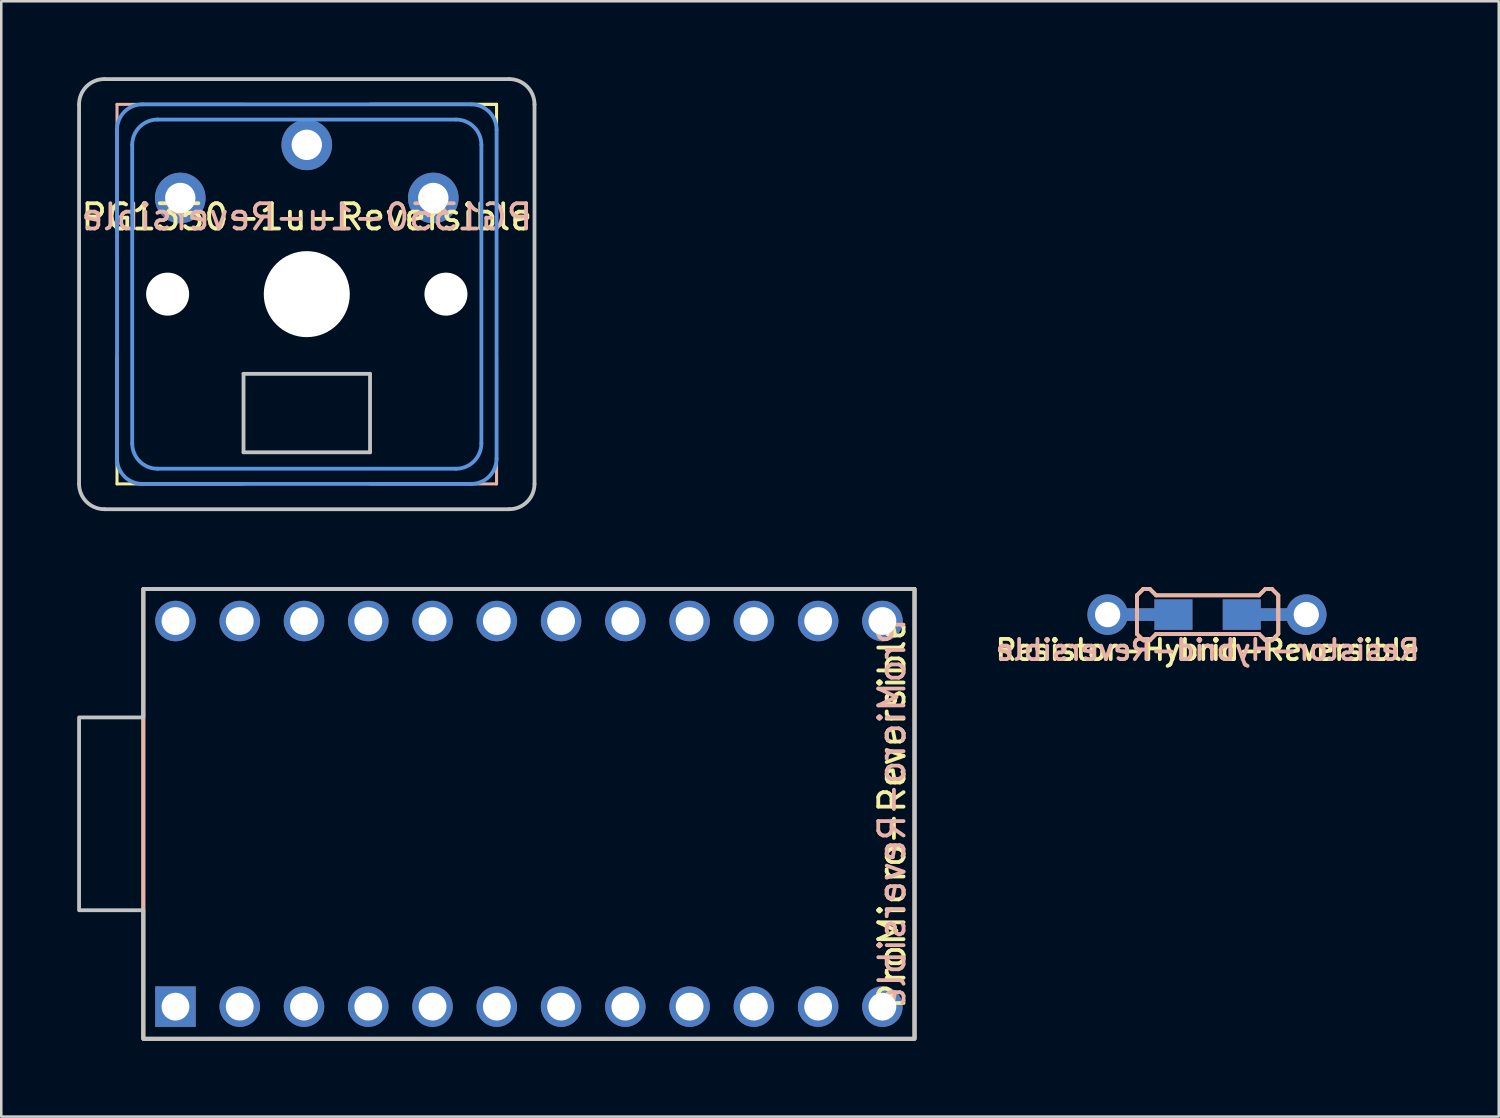
<source format=kicad_pcb>
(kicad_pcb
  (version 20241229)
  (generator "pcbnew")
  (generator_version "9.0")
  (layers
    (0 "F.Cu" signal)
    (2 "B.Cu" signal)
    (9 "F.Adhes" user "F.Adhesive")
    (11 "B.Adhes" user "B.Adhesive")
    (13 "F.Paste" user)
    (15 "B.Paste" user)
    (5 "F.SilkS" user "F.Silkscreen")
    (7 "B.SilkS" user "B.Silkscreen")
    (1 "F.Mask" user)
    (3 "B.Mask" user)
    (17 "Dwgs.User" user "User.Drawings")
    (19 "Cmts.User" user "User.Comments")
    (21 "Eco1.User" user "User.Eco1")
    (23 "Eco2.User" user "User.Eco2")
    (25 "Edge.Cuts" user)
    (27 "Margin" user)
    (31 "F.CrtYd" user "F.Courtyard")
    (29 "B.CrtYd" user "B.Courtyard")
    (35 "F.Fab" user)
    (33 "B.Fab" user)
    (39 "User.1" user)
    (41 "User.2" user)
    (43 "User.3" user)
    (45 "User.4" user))
  (footprint "PG1350-1u-Reversible"
    (layer "F.Cu")
    (at 9.075 8.575)
    (property "Reference" "PG1350-1u-Reversible" (at 0 -3.048 0) (layer "F.SilkS") (effects (font (size 1 1) (thickness 0.15))))
    (fp_line (start -7.5 2.5) (end -7.5 7.5) (stroke (width 0.12) (type solid)) (layer "F.SilkS"))
    (fp_line (start -2.5 7.5) (end -7.5 7.5) (stroke (width 0.12) (type solid)) (layer "F.SilkS"))
    (fp_line (start 2.5 -7.5) (end 7.5 -7.5) (stroke (width 0.12) (type solid)) (layer "F.SilkS"))
    (fp_line (start 7.5 -7.5) (end 2.5 -7.5) (stroke (width 0.12) (type solid)) (layer "F.SilkS"))
    (fp_line (start 7.5 -7.5) (end 7.5 -2.5) (stroke (width 0.12) (type solid)) (layer "F.SilkS"))
    (fp_line (start -7.5 -7.5) (end -7.5 -2.5) (stroke (width 0.12) (type solid)) (layer "B.SilkS"))
    (fp_line (start -7.5 -7.5) (end -2.5 -7.5) (stroke (width 0.12) (type solid)) (layer "B.SilkS"))
    (fp_line (start 2.5 7.5) (end 7.5 7.5) (stroke (width 0.12) (type solid)) (layer "B.SilkS"))
    (fp_line (start 7.5 7.5) (end 7.5 2.5) (stroke (width 0.12) (type solid)) (layer "B.SilkS"))
    (fp_line (start -9 7.5) (end -9 -7.5) (stroke (width 0.15) (type solid)) (layer "Dwgs.User"))
    (fp_line (start -8 -8.5) (end 8 -8.5) (stroke (width 0.15) (type solid)) (layer "Dwgs.User"))
    (fp_line (start -2.5 3.15) (end -2.5 6.25) (stroke (width 0.15) (type solid)) (layer "Dwgs.User"))
    (fp_line (start -2.5 6.25) (end 2.5 6.25) (stroke (width 0.15) (type solid)) (layer "Dwgs.User"))
    (fp_line (start 2.5 3.15) (end -2.5 3.15) (stroke (width 0.15) (type solid)) (layer "Dwgs.User"))
    (fp_line (start 2.5 6.25) (end 2.5 3.15) (stroke (width 0.15) (type solid)) (layer "Dwgs.User"))
    (fp_line (start 8 8.5) (end -8 8.5) (stroke (width 0.15) (type solid)) (layer "Dwgs.User"))
    (fp_line (start 9 -7.5) (end 9 7.5) (stroke (width 0.15) (type solid)) (layer "Dwgs.User"))
    (fp_arc (start -9 -7.5) (mid -8.707107 -8.207107) (end -8 -8.5) (stroke (width 0.15) (type solid)) (layer "Dwgs.User"))
    (fp_arc (start -8 8.5) (mid -8.707107 8.207107) (end -9 7.5) (stroke (width 0.15) (type solid)) (layer "Dwgs.User"))
    (fp_arc (start 8 -8.5) (mid 8.707107 -8.207107) (end 9 -7.5) (stroke (width 0.15) (type solid)) (layer "Dwgs.User"))
    (fp_arc (start 9 7.5) (mid 8.707107 8.207107) (end 8 8.5) (stroke (width 0.15) (type solid)) (layer "Dwgs.User"))
    (fp_line (start -7.5 6.5) (end -7.5 -6.5) (stroke (width 0.15) (type solid)) (layer "Cmts.User"))
    (fp_line (start -6.9 5.9) (end -6.9 -5.9) (stroke (width 0.15) (type solid)) (layer "Cmts.User"))
    (fp_line (start -6.5 -7.5) (end 6.5 -7.5) (stroke (width 0.15) (type solid)) (layer "Cmts.User"))
    (fp_line (start -5.9 -6.9) (end 5.9 -6.9) (stroke (width 0.15) (type solid)) (layer "Cmts.User"))
    (fp_line (start 5.9 6.9) (end -5.9 6.9) (stroke (width 0.15) (type solid)) (layer "Cmts.User"))
    (fp_line (start 6.5 7.5) (end -6.5 7.5) (stroke (width 0.15) (type solid)) (layer "Cmts.User"))
    (fp_line (start 6.9 -5.9) (end 6.9 5.9) (stroke (width 0.15) (type solid)) (layer "Cmts.User"))
    (fp_line (start 7.5 -6.5) (end 7.5 6.5) (stroke (width 0.15) (type solid)) (layer "Cmts.User"))
    (fp_arc (start -7.5 -6.5) (mid -7.207107 -7.207107) (end -6.5 -7.5) (stroke (width 0.15) (type solid)) (layer "Cmts.User"))
    (fp_arc (start -6.9 -5.9) (mid -6.607107 -6.607107) (end -5.9 -6.9) (stroke (width 0.15) (type solid)) (layer "Cmts.User"))
    (fp_arc (start -6.5 7.5) (mid -7.207107 7.207107) (end -7.5 6.5) (stroke (width 0.15) (type solid)) (layer "Cmts.User"))
    (fp_arc (start -5.9 6.9) (mid -6.607107 6.607107) (end -6.9 5.9) (stroke (width 0.15) (type solid)) (layer "Cmts.User"))
    (fp_arc (start 5.9 -6.9) (mid 6.607107 -6.607107) (end 6.9 -5.9) (stroke (width 0.15) (type solid)) (layer "Cmts.User"))
    (fp_arc (start 6.5 -7.5) (mid 7.207107 -7.207107) (end 7.5 -6.5) (stroke (width 0.15) (type solid)) (layer "Cmts.User"))
    (fp_arc (start 6.9 5.9) (mid 6.607107 6.607107) (end 5.9 6.9) (stroke (width 0.15) (type solid)) (layer "Cmts.User"))
    (fp_arc (start 7.5 6.5) (mid 7.207107 7.207107) (end 6.5 7.5) (stroke (width 0.15) (type solid)) (layer "Cmts.User"))
    (fp_text user "${REFERENCE}" (at 0 -3.048 0) (layer "B.SilkS") (effects (font (size 1 1) (thickness 0.15)) (justify mirror)))
    (pad "" np_thru_hole circle (at -5.5 0) (size 1.7 1.7) (drill 1.7) (layers "*.Cu" "*.Mask"))
    (pad "" np_thru_hole circle (at 0 0) (size 3.4 3.4) (drill 3.4) (layers "*.Cu" "*.Mask"))
    (pad "" np_thru_hole circle (at 5.5 0) (size 1.7 1.7) (drill 1.7) (layers "*.Cu" "*.Mask"))
    (pad "1" thru_hole circle (at 0 -5.9) (size 2 2) (drill 1.2) (layers "*.Cu" "*.Mask"))
    (pad "2" thru_hole circle (at -5 -3.8) (size 2 2) (drill 1.2) (layers "*.Cu" "*.Mask"))
    (pad "2" thru_hole circle (at 5 -3.8) (size 2 2) (drill 1.2) (layers "*.Cu" "*.Mask")))
  (footprint "Resistor-Hybrid-Reversible"
    (layer "F.Cu")
    (at 44.677 21.241)
    (property "Reference" "Resistor-Hybrid-Reversible" (at 0 1.397 0) (layer "F.SilkS") (effects (font (size 0.8 0.8) (thickness 0.15))))
    (attr through_hole)
    (fp_line (start -2.794 -0.762) (end -2.54 -1.016) (stroke (width 0.15) (type solid)) (layer "F.SilkS"))
    (fp_line (start -2.794 0.762) (end -2.794 -0.762) (stroke (width 0.15) (type solid)) (layer "F.SilkS"))
    (fp_line (start -2.54 -1.016) (end -2.286 -1.016) (stroke (width 0.15) (type solid)) (layer "F.SilkS"))
    (fp_line (start -2.54 1.016) (end -2.794 0.762) (stroke (width 0.15) (type solid)) (layer "F.SilkS"))
    (fp_line (start -2.286 -1.016) (end -2.032 -0.762) (stroke (width 0.15) (type solid)) (layer "F.SilkS"))
    (fp_line (start -2.286 1.016) (end -2.54 1.016) (stroke (width 0.15) (type solid)) (layer "F.SilkS"))
    (fp_line (start -2.032 -0.762) (end 2.032 -0.762) (stroke (width 0.15) (type solid)) (layer "F.SilkS"))
    (fp_line (start -2.032 0.762) (end -2.286 1.016) (stroke (width 0.15) (type solid)) (layer "F.SilkS"))
    (fp_line (start 2.032 -0.762) (end 2.286 -1.016) (stroke (width 0.15) (type solid)) (layer "F.SilkS"))
    (fp_line (start 2.032 0.762) (end -2.032 0.762) (stroke (width 0.15) (type solid)) (layer "F.SilkS"))
    (fp_line (start 2.286 -1.016) (end 2.54 -1.016) (stroke (width 0.15) (type solid)) (layer "F.SilkS"))
    (fp_line (start 2.286 1.016) (end 2.032 0.762) (stroke (width 0.15) (type solid)) (layer "F.SilkS"))
    (fp_line (start 2.54 -1.016) (end 2.794 -0.762) (stroke (width 0.15) (type solid)) (layer "F.SilkS"))
    (fp_line (start 2.54 1.016) (end 2.286 1.016) (stroke (width 0.15) (type solid)) (layer "F.SilkS"))
    (fp_line (start 2.794 -0.762) (end 2.794 0.762) (stroke (width 0.15) (type solid)) (layer "F.SilkS"))
    (fp_line (start 2.794 0.762) (end 2.54 1.016) (stroke (width 0.15) (type solid)) (layer "F.SilkS"))
    (fp_line (start -2.794 -0.762) (end -2.794 0.762) (stroke (width 0.15) (type solid)) (layer "B.SilkS"))
    (fp_line (start -2.794 0.762) (end -2.54 1.016) (stroke (width 0.15) (type solid)) (layer "B.SilkS"))
    (fp_line (start -2.54 -1.016) (end -2.794 -0.762) (stroke (width 0.15) (type solid)) (layer "B.SilkS"))
    (fp_line (start -2.54 1.016) (end -2.286 1.016) (stroke (width 0.15) (type solid)) (layer "B.SilkS"))
    (fp_line (start -2.286 -1.016) (end -2.54 -1.016) (stroke (width 0.15) (type solid)) (layer "B.SilkS"))
    (fp_line (start -2.286 1.016) (end -2.032 0.762) (stroke (width 0.15) (type solid)) (layer "B.SilkS"))
    (fp_line (start -2.032 -0.762) (end -2.286 -1.016) (stroke (width 0.15) (type solid)) (layer "B.SilkS"))
    (fp_line (start -2.032 0.762) (end 2.032 0.762) (stroke (width 0.15) (type solid)) (layer "B.SilkS"))
    (fp_line (start 2.032 -0.762) (end -2.032 -0.762) (stroke (width 0.15) (type solid)) (layer "B.SilkS"))
    (fp_line (start 2.032 0.762) (end 2.286 1.016) (stroke (width 0.15) (type solid)) (layer "B.SilkS"))
    (fp_line (start 2.286 -1.016) (end 2.032 -0.762) (stroke (width 0.15) (type solid)) (layer "B.SilkS"))
    (fp_line (start 2.286 1.016) (end 2.54 1.016) (stroke (width 0.15) (type solid)) (layer "B.SilkS"))
    (fp_line (start 2.54 -1.016) (end 2.286 -1.016) (stroke (width 0.15) (type solid)) (layer "B.SilkS"))
    (fp_line (start 2.54 1.016) (end 2.794 0.762) (stroke (width 0.15) (type solid)) (layer "B.SilkS"))
    (fp_line (start 2.794 -0.762) (end 2.54 -1.016) (stroke (width 0.15) (type solid)) (layer "B.SilkS"))
    (fp_line (start 2.794 0.762) (end 2.794 -0.762) (stroke (width 0.15) (type solid)) (layer "B.SilkS"))
    (fp_text user "${REFERENCE}" (at 0 1.397 0) (layer "B.SilkS") (effects (font (size 0.8 0.8) (thickness 0.15)) (justify mirror)))
    (pad "1" smd rect (at 1.35 0) (size 1.5 1.2) (layers "F.Cu" "F.Mask" "F.Paste"))
    (pad "1" smd rect (at 1.35 0) (size 1.5 1.2) (layers "B.Cu" "B.Mask" "B.Paste"))
    (pad "1" smd rect (at 2.5 0) (size 2.9 0.5) (layers "F.Cu"))
    (pad "1" smd rect (at 2.5 0) (size 2.9 0.5) (layers "B.Cu"))
    (pad "1" thru_hole circle (at 3.9 0) (size 1.6 1.6) (drill 1) (layers "*.Cu" "*.Mask"))
    (pad "2" thru_hole circle (at -3.95 0) (size 1.6 1.6) (drill 1) (layers "*.Cu" "*.Mask"))
    (pad "2" smd rect (at -2.5 0) (size 2.9 0.5) (layers "F.Cu"))
    (pad "2" smd rect (at -2.5 0) (size 2.9 0.5) (layers "B.Cu"))
    (pad "2" smd rect (at -1.35 0) (size 1.5 1.2) (layers "F.Cu" "F.Mask" "F.Paste"))
    (pad "2" smd rect (at -1.35 0) (size 1.5 1.2) (layers "B.Cu" "B.Mask" "B.Paste")))
  (footprint "ProMicro-Reversible"
    (layer "F.Cu")
    (at 17.855 29.115)
    (property "Reference" "ProMicro-Reversible" (at 14.351 0 90) (layer "F.SilkS") (effects (font (size 1 1) (thickness 0.15))))
    (attr through_hole)
    (fp_poly (pts (xy -15.24 8.89) (xy -15.24 -8.89) (xy 15.24 -8.89) (xy 15.24 8.89) (xy -15.24 8.89)) (stroke (width 0.15) (type solid)) (fill no) (layer "F.SilkS"))
    (fp_poly (pts (xy 15.24 8.89) (xy 15.24 -8.89) (xy -15.24 -8.89) (xy -15.24 8.89) (xy 15.24 8.89)) (stroke (width 0.15) (type solid)) (fill no) (layer "B.SilkS"))
    (fp_poly (pts (xy 15.24 8.89) (xy 15.24 -8.89) (xy -15.24 -8.89) (xy -15.24 -3.81) (xy -17.78 -3.81) (xy -17.78 3.81) (xy -15.24 3.81) (xy -15.24 8.89) (xy 15.24 8.89)) (stroke (width 0.15) (type solid)) (fill no) (layer "Dwgs.User"))
    (fp_text user "${REFERENCE}" (at 14.351 0 90) (unlocked yes) (layer "B.SilkS") (effects (font (size 1 1) (thickness 0.15)) (justify mirror)))
    (pad "1" thru_hole rect (at -13.97 7.62) (size 1.6 1.6) (drill 1.1) (layers "*.Cu" "*.Mask"))
    (pad "2" thru_hole circle (at -11.43 7.62) (size 1.6 1.6) (drill 1.1) (layers "*.Cu" "*.Mask"))
    (pad "3" thru_hole circle (at -8.89 7.62) (size 1.6 1.6) (drill 1.1) (layers "*.Cu" "*.Mask"))
    (pad "4" thru_hole circle (at -6.35 7.62) (size 1.6 1.6) (drill 1.1) (layers "*.Cu" "*.Mask"))
    (pad "5" thru_hole circle (at -3.81 7.62) (size 1.6 1.6) (drill 1.1) (layers "*.Cu" "*.Mask"))
    (pad "6" thru_hole circle (at -1.27 7.62) (size 1.6 1.6) (drill 1.1) (layers "*.Cu" "*.Mask"))
    (pad "7" thru_hole circle (at 1.27 7.62) (size 1.6 1.6) (drill 1.1) (layers "*.Cu" "*.Mask"))
    (pad "8" thru_hole circle (at 3.81 7.62) (size 1.6 1.6) (drill 1.1) (layers "*.Cu" "*.Mask"))
    (pad "9" thru_hole circle (at 6.35 7.62) (size 1.6 1.6) (drill 1.1) (layers "*.Cu" "*.Mask"))
    (pad "10" thru_hole circle (at 8.89 7.62) (size 1.6 1.6) (drill 1.1) (layers "*.Cu" "*.Mask"))
    (pad "11" thru_hole circle (at 11.43 7.62) (size 1.6 1.6) (drill 1.1) (layers "*.Cu" "*.Mask"))
    (pad "12" thru_hole circle (at 13.97 7.62) (size 1.6 1.6) (drill 1.1) (layers "*.Cu" "*.Mask"))
    (pad "13" thru_hole circle (at 13.97 -7.62) (size 1.6 1.6) (drill 1.1) (layers "*.Cu" "*.Mask"))
    (pad "14" thru_hole circle (at 11.43 -7.62) (size 1.6 1.6) (drill 1.1) (layers "*.Cu" "*.Mask"))
    (pad "15" thru_hole circle (at 8.89 -7.62) (size 1.6 1.6) (drill 1.1) (layers "*.Cu" "*.Mask"))
    (pad "16" thru_hole circle (at 6.35 -7.62) (size 1.6 1.6) (drill 1.1) (layers "*.Cu" "*.Mask"))
    (pad "17" thru_hole circle (at 3.81 -7.62) (size 1.6 1.6) (drill 1.1) (layers "*.Cu" "*.Mask"))
    (pad "18" thru_hole circle (at 1.27 -7.62) (size 1.6 1.6) (drill 1.1) (layers "*.Cu" "*.Mask"))
    (pad "19" thru_hole circle (at -1.27 -7.62) (size 1.6 1.6) (drill 1.1) (layers "*.Cu" "*.Mask"))
    (pad "20" thru_hole circle (at -3.81 -7.62) (size 1.6 1.6) (drill 1.1) (layers "*.Cu" "*.Mask"))
    (pad "21" thru_hole circle (at -6.35 -7.62) (size 1.6 1.6) (drill 1.1) (layers "*.Cu" "*.Mask"))
    (pad "22" thru_hole circle (at -8.89 -7.62) (size 1.6 1.6) (drill 1.1) (layers "*.Cu" "*.Mask"))
    (pad "23" thru_hole circle (at -11.43 -7.62) (size 1.6 1.6) (drill 1.1) (layers "*.Cu" "*.Mask"))
    (pad "24" thru_hole circle (at -13.97 -7.62) (size 1.6 1.6) (drill 1.1) (layers "*.Cu" "*.Mask")))
  (gr_rect
    (start -3 -3)
    (end 56.184 41.08)
    (stroke (width 0.1) (type default))
    (fill no)
    (layer "Edge.Cuts")))
</source>
